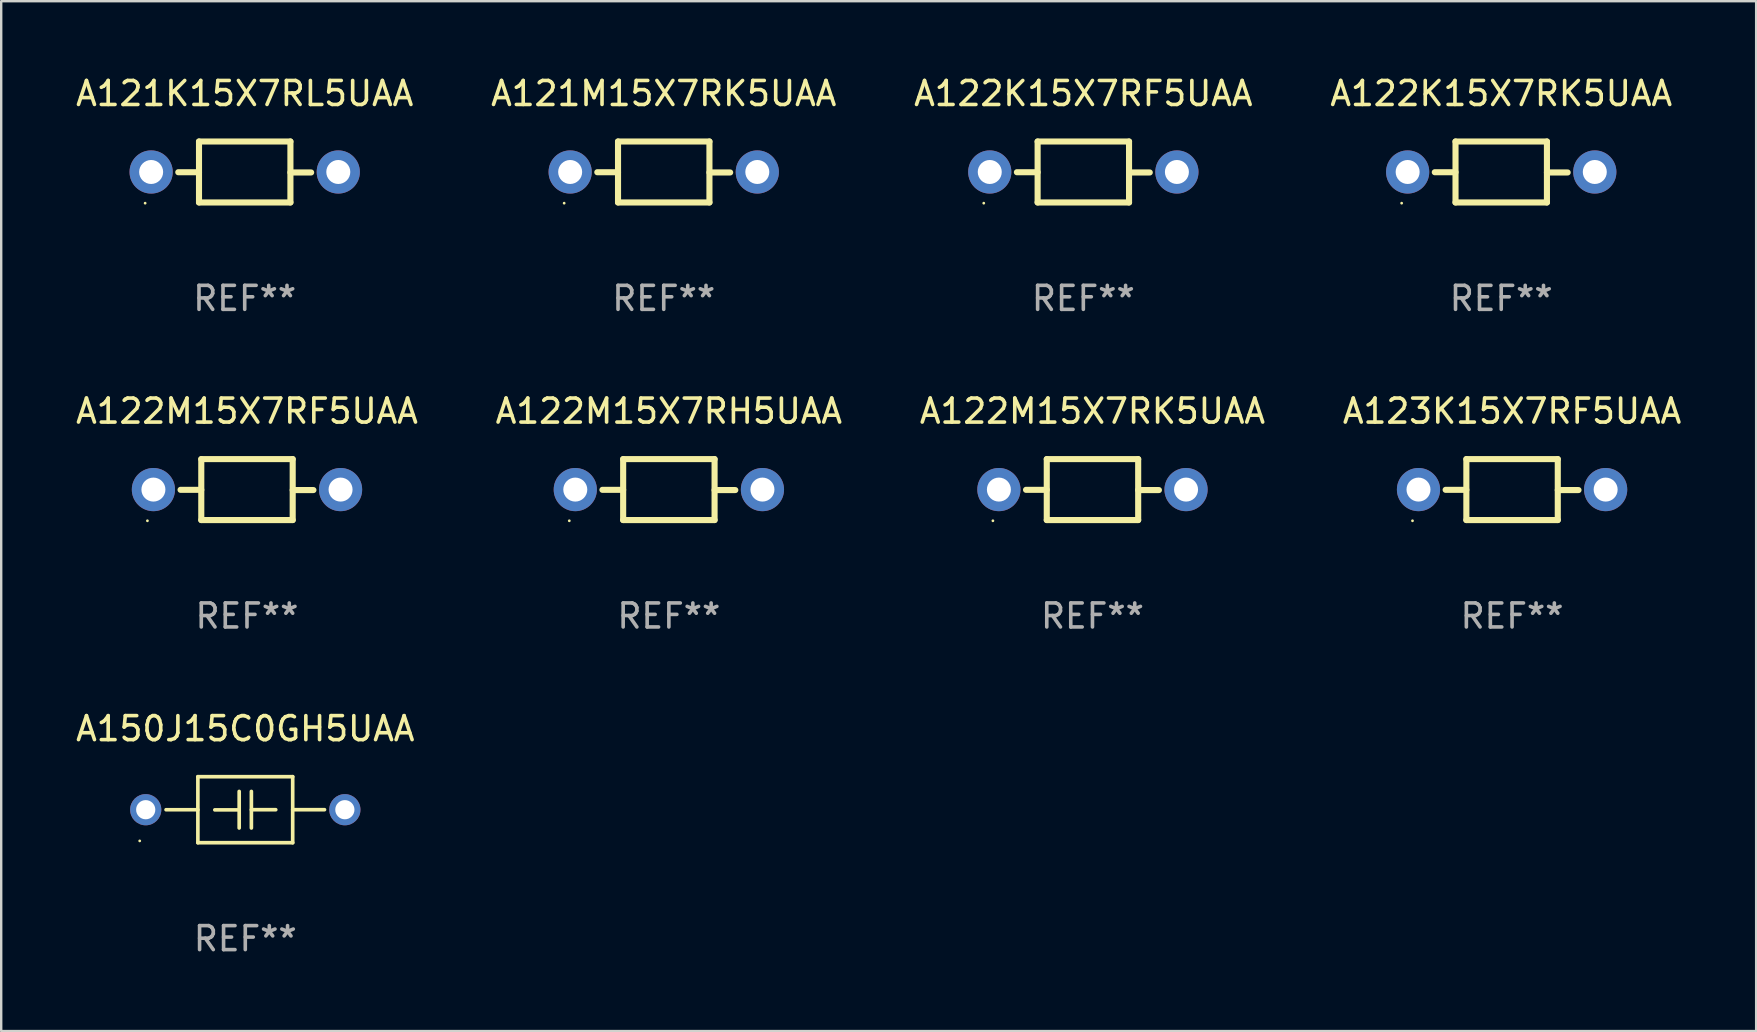
<source format=kicad_pcb>
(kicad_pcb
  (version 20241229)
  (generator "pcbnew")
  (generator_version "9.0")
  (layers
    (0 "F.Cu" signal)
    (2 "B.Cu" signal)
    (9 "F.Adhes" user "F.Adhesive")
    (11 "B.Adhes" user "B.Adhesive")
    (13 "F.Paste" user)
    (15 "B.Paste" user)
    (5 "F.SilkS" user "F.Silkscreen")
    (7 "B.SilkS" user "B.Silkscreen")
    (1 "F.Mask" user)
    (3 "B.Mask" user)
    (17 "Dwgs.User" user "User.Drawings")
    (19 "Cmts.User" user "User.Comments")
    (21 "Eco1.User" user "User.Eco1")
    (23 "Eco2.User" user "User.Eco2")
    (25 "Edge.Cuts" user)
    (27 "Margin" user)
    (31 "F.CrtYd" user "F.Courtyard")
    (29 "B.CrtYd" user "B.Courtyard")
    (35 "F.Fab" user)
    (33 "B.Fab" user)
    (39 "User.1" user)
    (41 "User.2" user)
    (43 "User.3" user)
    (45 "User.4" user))
  (footprint "A122K15X7RF5UAA"
    (layer "F.Cu")
    (at 42.101 4.118)
    (property "Reference" "A122K15X7RF5UAA" (at 0 -3.27 0) (layer "F.SilkS") (effects (font (size 1 1) (thickness 0.15))))
    (attr through_hole)
    (fp_line (start -1.905 -1.27) (end -1.905 1.27) (stroke (width 0.254) (type solid)) (layer "F.SilkS"))
    (fp_line (start -1.905 0.01) (end -2.769 0.01) (stroke (width 0.254) (type solid)) (layer "F.SilkS"))
    (fp_line (start -1.905 1.27) (end 1.905 1.27) (stroke (width 0.254) (type solid)) (layer "F.SilkS"))
    (fp_line (start 1.905 -1.27) (end -1.905 -1.27) (stroke (width 0.254) (type solid)) (layer "F.SilkS"))
    (fp_line (start 1.905 0.02) (end 2.769 0.02) (stroke (width 0.254) (type solid)) (layer "F.SilkS"))
    (fp_line (start 1.905 1.27) (end 1.905 -1.27) (stroke (width 0.254) (type solid)) (layer "F.SilkS"))
    (fp_circle (center -4.15 1.3) (end -4.12 1.3) (stroke (width 0.06) (type solid)) (fill no) (layer "F.SilkS"))
    (fp_text user "REF**" (at 0 5.27 0) (layer "F.Fab") (effects (font (size 1 1) (thickness 0.15))))
    (pad "1" thru_hole circle (at -3.9 0) (size 1.8 1.8) (drill 1) (layers "*.Cu" "*.Mask"))
    (pad "2" thru_hole circle (at 3.9 0) (size 1.8 1.8) (drill 1) (layers "*.Cu" "*.Mask")))
  (footprint "A122K15X7RK5UAA"
    (layer "F.Cu")
    (at 59.518 4.118)
    (property "Reference" "A122K15X7RK5UAA" (at 0 -3.27 0) (layer "F.SilkS") (effects (font (size 1 1) (thickness 0.15))))
    (attr through_hole)
    (fp_line (start -1.905 -1.27) (end -1.905 1.27) (stroke (width 0.254) (type solid)) (layer "F.SilkS"))
    (fp_line (start -1.905 0.01) (end -2.769 0.01) (stroke (width 0.254) (type solid)) (layer "F.SilkS"))
    (fp_line (start -1.905 1.27) (end 1.905 1.27) (stroke (width 0.254) (type solid)) (layer "F.SilkS"))
    (fp_line (start 1.905 -1.27) (end -1.905 -1.27) (stroke (width 0.254) (type solid)) (layer "F.SilkS"))
    (fp_line (start 1.905 0.02) (end 2.769 0.02) (stroke (width 0.254) (type solid)) (layer "F.SilkS"))
    (fp_line (start 1.905 1.27) (end 1.905 -1.27) (stroke (width 0.254) (type solid)) (layer "F.SilkS"))
    (fp_circle (center -4.15 1.3) (end -4.12 1.3) (stroke (width 0.06) (type solid)) (fill no) (layer "F.SilkS"))
    (fp_text user "REF**" (at 0 5.27 0) (layer "F.Fab") (effects (font (size 1 1) (thickness 0.15))))
    (pad "1" thru_hole circle (at -3.9 0) (size 1.8 1.8) (drill 1) (layers "*.Cu" "*.Mask"))
    (pad "2" thru_hole circle (at 3.9 0) (size 1.8 1.8) (drill 1) (layers "*.Cu" "*.Mask")))
  (footprint "A121M15X7RK5UAA"
    (layer "F.Cu")
    (at 24.613 4.118)
    (property "Reference" "A121M15X7RK5UAA" (at 0 -3.27 0) (layer "F.SilkS") (effects (font (size 1 1) (thickness 0.15))))
    (attr through_hole)
    (fp_line (start -1.905 -1.27) (end -1.905 1.27) (stroke (width 0.254) (type solid)) (layer "F.SilkS"))
    (fp_line (start -1.905 0.01) (end -2.769 0.01) (stroke (width 0.254) (type solid)) (layer "F.SilkS"))
    (fp_line (start -1.905 1.27) (end 1.905 1.27) (stroke (width 0.254) (type solid)) (layer "F.SilkS"))
    (fp_line (start 1.905 -1.27) (end -1.905 -1.27) (stroke (width 0.254) (type solid)) (layer "F.SilkS"))
    (fp_line (start 1.905 0.02) (end 2.769 0.02) (stroke (width 0.254) (type solid)) (layer "F.SilkS"))
    (fp_line (start 1.905 1.27) (end 1.905 -1.27) (stroke (width 0.254) (type solid)) (layer "F.SilkS"))
    (fp_circle (center -4.15 1.3) (end -4.12 1.3) (stroke (width 0.06) (type solid)) (fill no) (layer "F.SilkS"))
    (fp_text user "REF**" (at 0 5.27 0) (layer "F.Fab") (effects (font (size 1 1) (thickness 0.15))))
    (pad "1" thru_hole circle (at -3.9 0) (size 1.8 1.8) (drill 1) (layers "*.Cu" "*.Mask"))
    (pad "2" thru_hole circle (at 3.9 0) (size 1.8 1.8) (drill 1) (layers "*.Cu" "*.Mask")))
  (footprint "A122M15X7RF5UAA"
    (layer "F.Cu")
    (at 7.244 17.355)
    (property "Reference" "A122M15X7RF5UAA" (at 0 -3.27 0) (layer "F.SilkS") (effects (font (size 1 1) (thickness 0.15))))
    (attr through_hole)
    (fp_line (start -1.905 -1.27) (end -1.905 1.27) (stroke (width 0.254) (type solid)) (layer "F.SilkS"))
    (fp_line (start -1.905 0.01) (end -2.769 0.01) (stroke (width 0.254) (type solid)) (layer "F.SilkS"))
    (fp_line (start -1.905 1.27) (end 1.905 1.27) (stroke (width 0.254) (type solid)) (layer "F.SilkS"))
    (fp_line (start 1.905 -1.27) (end -1.905 -1.27) (stroke (width 0.254) (type solid)) (layer "F.SilkS"))
    (fp_line (start 1.905 0.02) (end 2.769 0.02) (stroke (width 0.254) (type solid)) (layer "F.SilkS"))
    (fp_line (start 1.905 1.27) (end 1.905 -1.27) (stroke (width 0.254) (type solid)) (layer "F.SilkS"))
    (fp_circle (center -4.15 1.3) (end -4.12 1.3) (stroke (width 0.06) (type solid)) (fill no) (layer "F.SilkS"))
    (fp_text user "REF**" (at 0 5.27 0) (layer "F.Fab") (effects (font (size 1 1) (thickness 0.15))))
    (pad "1" thru_hole circle (at -3.9 0) (size 1.8 1.8) (drill 1) (layers "*.Cu" "*.Mask"))
    (pad "2" thru_hole circle (at 3.9 0) (size 1.8 1.8) (drill 1) (layers "*.Cu" "*.Mask")))
  (footprint "A150J15C0GH5UAA"
    (layer "F.Cu")
    (at 7.173 30.697)
    (property "Reference" "A150J15C0GH5UAA" (at 0 -3.376 0) (layer "F.SilkS") (effects (font (size 1 1) (thickness 0.15))))
    (attr through_hole)
    (fp_line (start -1.976 -1.376) (end 1.976 -1.376) (stroke (width 0.152) (type solid)) (layer "F.SilkS"))
    (fp_line (start -1.976 0.001) (end -3.302 0.001) (stroke (width 0.152) (type solid)) (layer "F.SilkS"))
    (fp_line (start -1.976 1.376) (end -1.976 -1.376) (stroke (width 0.152) (type solid)) (layer "F.SilkS"))
    (fp_line (start -0.254 -0.762) (end -0.254 0.762) (stroke (width 0.152) (type solid)) (layer "F.SilkS"))
    (fp_line (start -0.254 0.007) (end -1.27 0.007) (stroke (width 0.152) (type solid)) (layer "F.SilkS"))
    (fp_line (start 0.254 -0.762) (end 0.254 0.762) (stroke (width 0.152) (type solid)) (layer "F.SilkS"))
    (fp_line (start 0.254 0) (end 1.27 0) (stroke (width 0.152) (type solid)) (layer "F.SilkS"))
    (fp_line (start 1.976 -1.376) (end 1.976 1.376) (stroke (width 0.152) (type solid)) (layer "F.SilkS"))
    (fp_line (start 1.976 -0.001) (end 3.302 -0.001) (stroke (width 0.152) (type solid)) (layer "F.SilkS"))
    (fp_line (start 1.976 1.376) (end -1.976 1.376) (stroke (width 0.152) (type solid)) (layer "F.SilkS"))
    (fp_circle (center -4.4 1.3) (end -4.37 1.3) (stroke (width 0.06) (type solid)) (fill no) (layer "F.SilkS"))
    (fp_text user "REF**" (at 0 5.376 0) (layer "F.Fab") (effects (font (size 1 1) (thickness 0.15))))
    (pad "1" thru_hole circle (at -4.15 0) (size 1.3 1.3) (drill 0.8) (layers "*.Cu" "*.Mask"))
    (pad "2" thru_hole circle (at 4.15 0) (size 1.3 1.3) (drill 0.8) (layers "*.Cu" "*.Mask")))
  (footprint "A121K15X7RL5UAA"
    (layer "F.Cu")
    (at 7.149 4.118)
    (property "Reference" "A121K15X7RL5UAA" (at 0 -3.27 0) (layer "F.SilkS") (effects (font (size 1 1) (thickness 0.15))))
    (attr through_hole)
    (fp_line (start -1.905 -1.27) (end -1.905 1.27) (stroke (width 0.254) (type solid)) (layer "F.SilkS"))
    (fp_line (start -1.905 0.01) (end -2.769 0.01) (stroke (width 0.254) (type solid)) (layer "F.SilkS"))
    (fp_line (start -1.905 1.27) (end 1.905 1.27) (stroke (width 0.254) (type solid)) (layer "F.SilkS"))
    (fp_line (start 1.905 -1.27) (end -1.905 -1.27) (stroke (width 0.254) (type solid)) (layer "F.SilkS"))
    (fp_line (start 1.905 0.02) (end 2.769 0.02) (stroke (width 0.254) (type solid)) (layer "F.SilkS"))
    (fp_line (start 1.905 1.27) (end 1.905 -1.27) (stroke (width 0.254) (type solid)) (layer "F.SilkS"))
    (fp_circle (center -4.15 1.3) (end -4.12 1.3) (stroke (width 0.06) (type solid)) (fill no) (layer "F.SilkS"))
    (fp_text user "REF**" (at 0 5.27 0) (layer "F.Fab") (effects (font (size 1 1) (thickness 0.15))))
    (pad "1" thru_hole circle (at -3.9 0) (size 1.8 1.8) (drill 1) (layers "*.Cu" "*.Mask"))
    (pad "2" thru_hole circle (at 3.9 0) (size 1.8 1.8) (drill 1) (layers "*.Cu" "*.Mask")))
  (footprint "A123K15X7RF5UAA"
    (layer "F.Cu")
    (at 59.97 17.355)
    (property "Reference" "A123K15X7RF5UAA" (at 0 -3.27 0) (layer "F.SilkS") (effects (font (size 1 1) (thickness 0.15))))
    (attr through_hole)
    (fp_line (start -1.905 -1.27) (end -1.905 1.27) (stroke (width 0.254) (type solid)) (layer "F.SilkS"))
    (fp_line (start -1.905 0.01) (end -2.769 0.01) (stroke (width 0.254) (type solid)) (layer "F.SilkS"))
    (fp_line (start -1.905 1.27) (end 1.905 1.27) (stroke (width 0.254) (type solid)) (layer "F.SilkS"))
    (fp_line (start 1.905 -1.27) (end -1.905 -1.27) (stroke (width 0.254) (type solid)) (layer "F.SilkS"))
    (fp_line (start 1.905 0.02) (end 2.769 0.02) (stroke (width 0.254) (type solid)) (layer "F.SilkS"))
    (fp_line (start 1.905 1.27) (end 1.905 -1.27) (stroke (width 0.254) (type solid)) (layer "F.SilkS"))
    (fp_circle (center -4.15 1.3) (end -4.12 1.3) (stroke (width 0.06) (type solid)) (fill no) (layer "F.SilkS"))
    (fp_text user "REF**" (at 0 5.27 0) (layer "F.Fab") (effects (font (size 1 1) (thickness 0.15))))
    (pad "1" thru_hole circle (at -3.9 0) (size 1.8 1.8) (drill 1) (layers "*.Cu" "*.Mask"))
    (pad "2" thru_hole circle (at 3.9 0) (size 1.8 1.8) (drill 1) (layers "*.Cu" "*.Mask")))
  (footprint "A122M15X7RK5UAA"
    (layer "F.Cu")
    (at 42.482 17.355)
    (property "Reference" "A122M15X7RK5UAA" (at 0 -3.27 0) (layer "F.SilkS") (effects (font (size 1 1) (thickness 0.15))))
    (attr through_hole)
    (fp_line (start -1.905 -1.27) (end -1.905 1.27) (stroke (width 0.254) (type solid)) (layer "F.SilkS"))
    (fp_line (start -1.905 0.01) (end -2.769 0.01) (stroke (width 0.254) (type solid)) (layer "F.SilkS"))
    (fp_line (start -1.905 1.27) (end 1.905 1.27) (stroke (width 0.254) (type solid)) (layer "F.SilkS"))
    (fp_line (start 1.905 -1.27) (end -1.905 -1.27) (stroke (width 0.254) (type solid)) (layer "F.SilkS"))
    (fp_line (start 1.905 0.02) (end 2.769 0.02) (stroke (width 0.254) (type solid)) (layer "F.SilkS"))
    (fp_line (start 1.905 1.27) (end 1.905 -1.27) (stroke (width 0.254) (type solid)) (layer "F.SilkS"))
    (fp_circle (center -4.15 1.3) (end -4.12 1.3) (stroke (width 0.06) (type solid)) (fill no) (layer "F.SilkS"))
    (fp_text user "REF**" (at 0 5.27 0) (layer "F.Fab") (effects (font (size 1 1) (thickness 0.15))))
    (pad "1" thru_hole circle (at -3.9 0) (size 1.8 1.8) (drill 1) (layers "*.Cu" "*.Mask"))
    (pad "2" thru_hole circle (at 3.9 0) (size 1.8 1.8) (drill 1) (layers "*.Cu" "*.Mask")))
  (footprint "A122M15X7RH5UAA"
    (layer "F.Cu")
    (at 24.827 17.355)
    (property "Reference" "A122M15X7RH5UAA" (at 0 -3.27 0) (layer "F.SilkS") (effects (font (size 1 1) (thickness 0.15))))
    (attr through_hole)
    (fp_line (start -1.905 -1.27) (end -1.905 1.27) (stroke (width 0.254) (type solid)) (layer "F.SilkS"))
    (fp_line (start -1.905 0.01) (end -2.769 0.01) (stroke (width 0.254) (type solid)) (layer "F.SilkS"))
    (fp_line (start -1.905 1.27) (end 1.905 1.27) (stroke (width 0.254) (type solid)) (layer "F.SilkS"))
    (fp_line (start 1.905 -1.27) (end -1.905 -1.27) (stroke (width 0.254) (type solid)) (layer "F.SilkS"))
    (fp_line (start 1.905 0.02) (end 2.769 0.02) (stroke (width 0.254) (type solid)) (layer "F.SilkS"))
    (fp_line (start 1.905 1.27) (end 1.905 -1.27) (stroke (width 0.254) (type solid)) (layer "F.SilkS"))
    (fp_circle (center -4.15 1.3) (end -4.12 1.3) (stroke (width 0.06) (type solid)) (fill no) (layer "F.SilkS"))
    (fp_text user "REF**" (at 0 5.27 0) (layer "F.Fab") (effects (font (size 1 1) (thickness 0.15))))
    (pad "1" thru_hole circle (at -3.9 0) (size 1.8 1.8) (drill 1) (layers "*.Cu" "*.Mask"))
    (pad "2" thru_hole circle (at 3.9 0) (size 1.8 1.8) (drill 1) (layers "*.Cu" "*.Mask")))
  (gr_rect
    (start -3 -3)
    (end 70.143 39.922)
    (stroke (width 0.1) (type default))
    (fill no)
    (layer "Edge.Cuts")))
</source>
